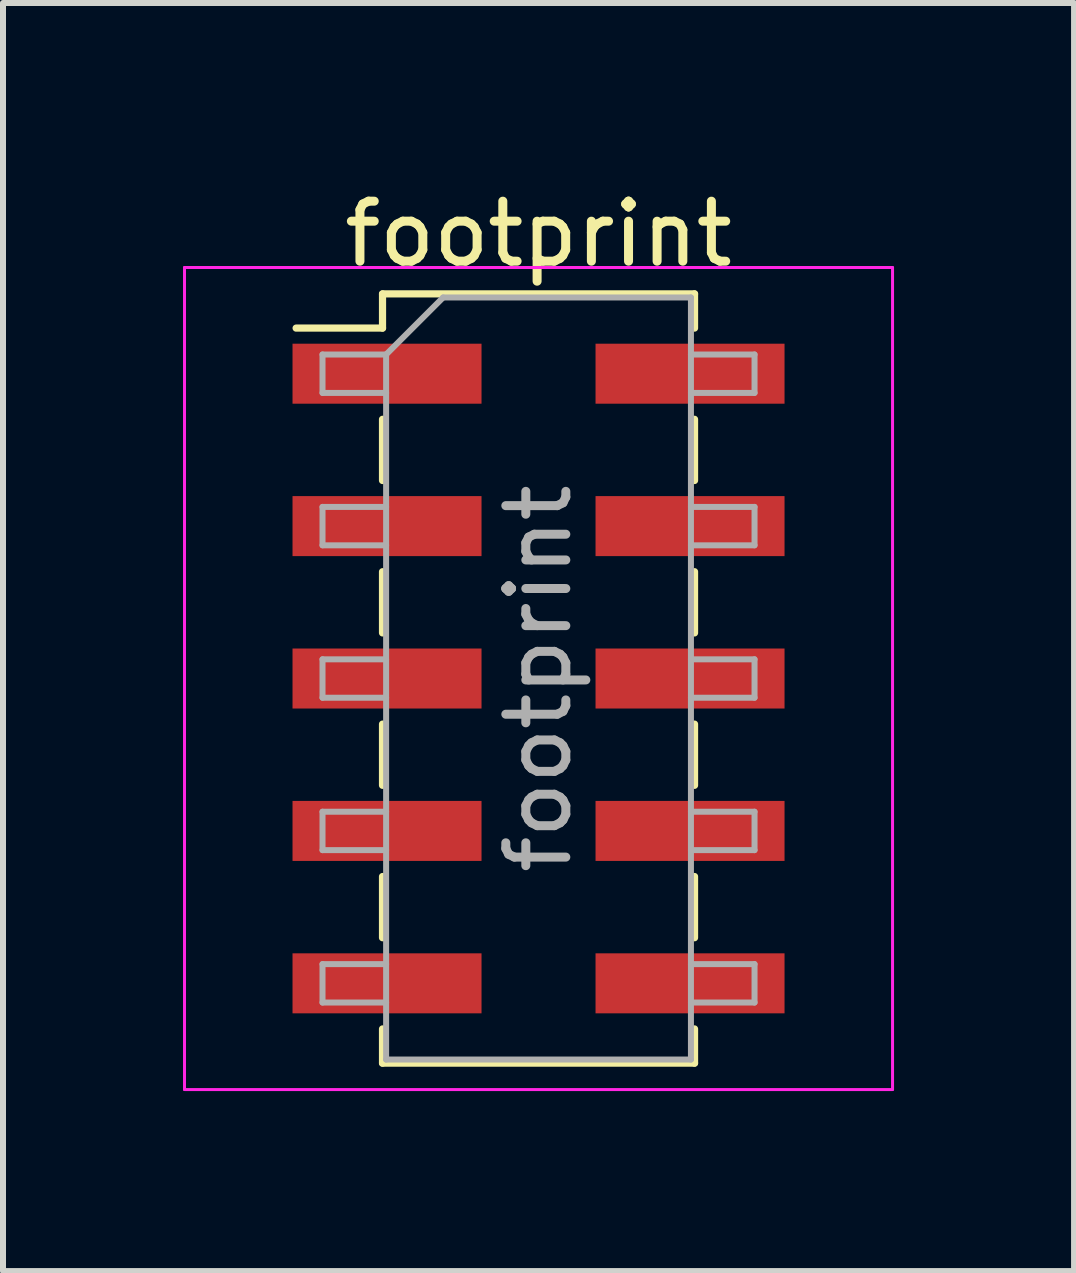
<source format=kicad_pcb>
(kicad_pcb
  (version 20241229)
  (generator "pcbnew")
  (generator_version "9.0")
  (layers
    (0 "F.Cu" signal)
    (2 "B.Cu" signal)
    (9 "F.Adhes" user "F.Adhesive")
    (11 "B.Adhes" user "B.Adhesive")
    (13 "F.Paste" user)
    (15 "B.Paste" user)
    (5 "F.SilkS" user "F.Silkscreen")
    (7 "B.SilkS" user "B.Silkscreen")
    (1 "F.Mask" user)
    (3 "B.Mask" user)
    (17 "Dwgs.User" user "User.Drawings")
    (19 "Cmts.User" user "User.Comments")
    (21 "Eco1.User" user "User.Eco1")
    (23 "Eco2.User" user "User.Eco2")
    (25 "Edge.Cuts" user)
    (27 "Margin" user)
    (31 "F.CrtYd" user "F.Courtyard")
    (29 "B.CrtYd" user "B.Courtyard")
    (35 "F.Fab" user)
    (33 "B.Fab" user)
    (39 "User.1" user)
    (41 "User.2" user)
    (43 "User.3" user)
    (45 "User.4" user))
  (footprint "footprint"
    (layer "F.Cu")
    (at 5.925 8.258)
    (property "Reference" "footprint" (at 0 -7.41 0) (layer "F.SilkS") (effects (font (size 1 1) (thickness 0.15))))
    (attr smd)
    (fp_line (start -4.04 -5.84) (end -2.6 -5.84) (stroke (width 0.12) (type solid)) (layer "F.SilkS"))
    (fp_line (start -2.6 -6.41) (end -2.6 -5.84) (stroke (width 0.12) (type solid)) (layer "F.SilkS"))
    (fp_line (start -2.6 -6.41) (end 2.6 -6.41) (stroke (width 0.12) (type solid)) (layer "F.SilkS"))
    (fp_line (start -2.6 -4.32) (end -2.6 -3.3) (stroke (width 0.12) (type solid)) (layer "F.SilkS"))
    (fp_line (start -2.6 -1.78) (end -2.6 -0.76) (stroke (width 0.12) (type solid)) (layer "F.SilkS"))
    (fp_line (start -2.6 0.76) (end -2.6 1.78) (stroke (width 0.12) (type solid)) (layer "F.SilkS"))
    (fp_line (start -2.6 3.3) (end -2.6 4.32) (stroke (width 0.12) (type solid)) (layer "F.SilkS"))
    (fp_line (start -2.6 5.84) (end -2.6 6.41) (stroke (width 0.12) (type solid)) (layer "F.SilkS"))
    (fp_line (start -2.6 6.41) (end 2.6 6.41) (stroke (width 0.12) (type solid)) (layer "F.SilkS"))
    (fp_line (start 2.6 -6.41) (end 2.6 -5.84) (stroke (width 0.12) (type solid)) (layer "F.SilkS"))
    (fp_line (start 2.6 -4.32) (end 2.6 -3.3) (stroke (width 0.12) (type solid)) (layer "F.SilkS"))
    (fp_line (start 2.6 -1.78) (end 2.6 -0.76) (stroke (width 0.12) (type solid)) (layer "F.SilkS"))
    (fp_line (start 2.6 0.76) (end 2.6 1.78) (stroke (width 0.12) (type solid)) (layer "F.SilkS"))
    (fp_line (start 2.6 3.3) (end 2.6 4.32) (stroke (width 0.12) (type solid)) (layer "F.SilkS"))
    (fp_line (start 2.6 5.84) (end 2.6 6.41) (stroke (width 0.12) (type solid)) (layer "F.SilkS"))
    (fp_line (start -5.9 -6.85) (end -5.9 6.85) (stroke (width 0.05) (type solid)) (layer "F.CrtYd"))
    (fp_line (start -5.9 6.85) (end 5.9 6.85) (stroke (width 0.05) (type solid)) (layer "F.CrtYd"))
    (fp_line (start 5.9 -6.85) (end -5.9 -6.85) (stroke (width 0.05) (type solid)) (layer "F.CrtYd"))
    (fp_line (start 5.9 6.85) (end 5.9 -6.85) (stroke (width 0.05) (type solid)) (layer "F.CrtYd"))
    (fp_line (start -3.6 -5.4) (end -3.6 -4.76) (stroke (width 0.1) (type solid)) (layer "F.Fab"))
    (fp_line (start -3.6 -4.76) (end -2.54 -4.76) (stroke (width 0.1) (type solid)) (layer "F.Fab"))
    (fp_line (start -3.6 -2.86) (end -3.6 -2.22) (stroke (width 0.1) (type solid)) (layer "F.Fab"))
    (fp_line (start -3.6 -2.22) (end -2.54 -2.22) (stroke (width 0.1) (type solid)) (layer "F.Fab"))
    (fp_line (start -3.6 -0.32) (end -3.6 0.32) (stroke (width 0.1) (type solid)) (layer "F.Fab"))
    (fp_line (start -3.6 0.32) (end -2.54 0.32) (stroke (width 0.1) (type solid)) (layer "F.Fab"))
    (fp_line (start -3.6 2.22) (end -3.6 2.86) (stroke (width 0.1) (type solid)) (layer "F.Fab"))
    (fp_line (start -3.6 2.86) (end -2.54 2.86) (stroke (width 0.1) (type solid)) (layer "F.Fab"))
    (fp_line (start -3.6 4.76) (end -3.6 5.4) (stroke (width 0.1) (type solid)) (layer "F.Fab"))
    (fp_line (start -3.6 5.4) (end -2.54 5.4) (stroke (width 0.1) (type solid)) (layer "F.Fab"))
    (fp_line (start -2.54 -5.4) (end -3.6 -5.4) (stroke (width 0.1) (type solid)) (layer "F.Fab"))
    (fp_line (start -2.54 -5.4) (end -1.59 -6.35) (stroke (width 0.1) (type solid)) (layer "F.Fab"))
    (fp_line (start -2.54 -2.86) (end -3.6 -2.86) (stroke (width 0.1) (type solid)) (layer "F.Fab"))
    (fp_line (start -2.54 -0.32) (end -3.6 -0.32) (stroke (width 0.1) (type solid)) (layer "F.Fab"))
    (fp_line (start -2.54 2.22) (end -3.6 2.22) (stroke (width 0.1) (type solid)) (layer "F.Fab"))
    (fp_line (start -2.54 4.76) (end -3.6 4.76) (stroke (width 0.1) (type solid)) (layer "F.Fab"))
    (fp_line (start -2.54 6.35) (end -2.54 -5.4) (stroke (width 0.1) (type solid)) (layer "F.Fab"))
    (fp_line (start -1.59 -6.35) (end 2.54 -6.35) (stroke (width 0.1) (type solid)) (layer "F.Fab"))
    (fp_line (start 2.54 -6.35) (end 2.54 6.35) (stroke (width 0.1) (type solid)) (layer "F.Fab"))
    (fp_line (start 2.54 -5.4) (end 3.6 -5.4) (stroke (width 0.1) (type solid)) (layer "F.Fab"))
    (fp_line (start 2.54 -2.86) (end 3.6 -2.86) (stroke (width 0.1) (type solid)) (layer "F.Fab"))
    (fp_line (start 2.54 -0.32) (end 3.6 -0.32) (stroke (width 0.1) (type solid)) (layer "F.Fab"))
    (fp_line (start 2.54 2.22) (end 3.6 2.22) (stroke (width 0.1) (type solid)) (layer "F.Fab"))
    (fp_line (start 2.54 4.76) (end 3.6 4.76) (stroke (width 0.1) (type solid)) (layer "F.Fab"))
    (fp_line (start 2.54 6.35) (end -2.54 6.35) (stroke (width 0.1) (type solid)) (layer "F.Fab"))
    (fp_line (start 3.6 -5.4) (end 3.6 -4.76) (stroke (width 0.1) (type solid)) (layer "F.Fab"))
    (fp_line (start 3.6 -4.76) (end 2.54 -4.76) (stroke (width 0.1) (type solid)) (layer "F.Fab"))
    (fp_line (start 3.6 -2.86) (end 3.6 -2.22) (stroke (width 0.1) (type solid)) (layer "F.Fab"))
    (fp_line (start 3.6 -2.22) (end 2.54 -2.22) (stroke (width 0.1) (type solid)) (layer "F.Fab"))
    (fp_line (start 3.6 -0.32) (end 3.6 0.32) (stroke (width 0.1) (type solid)) (layer "F.Fab"))
    (fp_line (start 3.6 0.32) (end 2.54 0.32) (stroke (width 0.1) (type solid)) (layer "F.Fab"))
    (fp_line (start 3.6 2.22) (end 3.6 2.86) (stroke (width 0.1) (type solid)) (layer "F.Fab"))
    (fp_line (start 3.6 2.86) (end 2.54 2.86) (stroke (width 0.1) (type solid)) (layer "F.Fab"))
    (fp_line (start 3.6 4.76) (end 3.6 5.4) (stroke (width 0.1) (type solid)) (layer "F.Fab"))
    (fp_line (start 3.6 5.4) (end 2.54 5.4) (stroke (width 0.1) (type solid)) (layer "F.Fab"))
    (fp_text user "${REFERENCE}" (at 0 0 90) (layer "F.Fab") (effects (font (size 1 1) (thickness 0.15))))
    (pad "1" smd rect (at -2.525 -5.08) (size 3.15 1) (layers "F.Cu" "F.Mask" "F.Paste"))
    (pad "2" smd rect (at 2.525 -5.08) (size 3.15 1) (layers "F.Cu" "F.Mask" "F.Paste"))
    (pad "3" smd rect (at -2.525 -2.54) (size 3.15 1) (layers "F.Cu" "F.Mask" "F.Paste"))
    (pad "4" smd rect (at 2.525 -2.54) (size 3.15 1) (layers "F.Cu" "F.Mask" "F.Paste"))
    (pad "5" smd rect (at -2.525 0) (size 3.15 1) (layers "F.Cu" "F.Mask" "F.Paste"))
    (pad "6" smd rect (at 2.525 0) (size 3.15 1) (layers "F.Cu" "F.Mask" "F.Paste"))
    (pad "7" smd rect (at -2.525 2.54) (size 3.15 1) (layers "F.Cu" "F.Mask" "F.Paste"))
    (pad "8" smd rect (at 2.525 2.54) (size 3.15 1) (layers "F.Cu" "F.Mask" "F.Paste"))
    (pad "9" smd rect (at -2.525 5.08) (size 3.15 1) (layers "F.Cu" "F.Mask" "F.Paste"))
    (pad "10" smd rect (at 2.525 5.08) (size 3.15 1) (layers "F.Cu" "F.Mask" "F.Paste")))
  (gr_rect
    (start -3 -3)
    (end 14.85 18.133)
    (stroke (width 0.1) (type default))
    (fill no)
    (layer "Edge.Cuts")))
</source>
